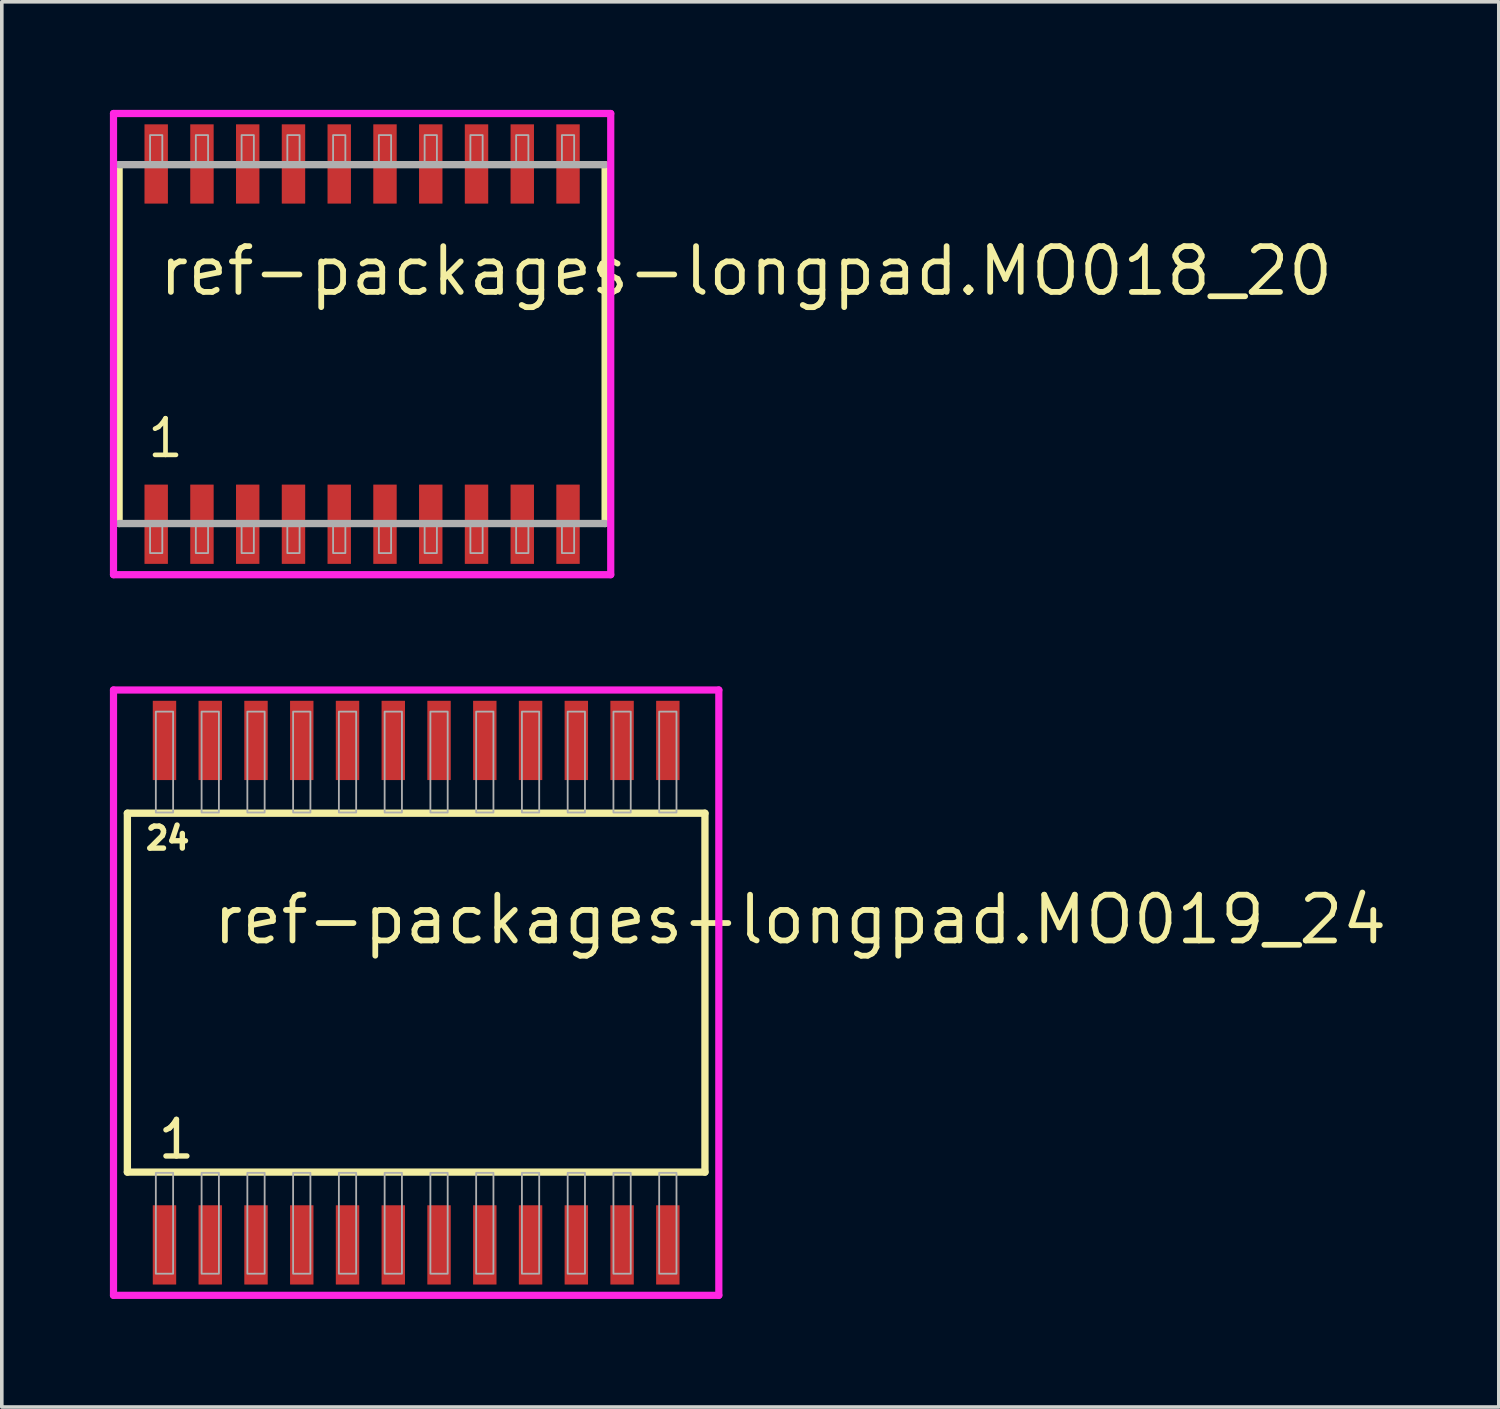
<source format=kicad_pcb>
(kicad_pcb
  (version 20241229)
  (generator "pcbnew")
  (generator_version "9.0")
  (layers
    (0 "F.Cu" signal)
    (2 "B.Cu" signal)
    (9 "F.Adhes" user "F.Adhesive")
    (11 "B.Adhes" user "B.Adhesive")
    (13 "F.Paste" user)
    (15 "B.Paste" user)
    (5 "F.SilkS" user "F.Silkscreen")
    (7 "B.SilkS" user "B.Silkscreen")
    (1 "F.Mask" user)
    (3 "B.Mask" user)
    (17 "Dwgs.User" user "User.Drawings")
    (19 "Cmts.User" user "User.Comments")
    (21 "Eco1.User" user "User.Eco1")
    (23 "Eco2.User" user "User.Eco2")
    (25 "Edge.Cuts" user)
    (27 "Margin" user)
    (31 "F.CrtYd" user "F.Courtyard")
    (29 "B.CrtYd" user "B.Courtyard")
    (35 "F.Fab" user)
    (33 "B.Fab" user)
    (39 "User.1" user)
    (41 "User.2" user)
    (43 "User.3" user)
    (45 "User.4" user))
  (footprint "ref-packages-longpad.MO018_20"
    (layer "F.Cu")
    (at 7 6.5)
    (property "Reference" "ref-packages-longpad.MO018_20" (at -5.715 -1.285 0) (layer "F.SilkS") (effects (font (size 1.27 1.27) (thickness 0.16)) (justify left bottom)))
    (attr smd)
    (fp_line (start -6.745 4.98) (end -6.745 -4.98) (stroke (width 0.203) (type default)) (layer "F.SilkS"))
    (fp_line (start 6.745 -4.98) (end 6.745 4.98) (stroke (width 0.203) (type default)) (layer "F.SilkS"))
    (fp_line (start -6.9 -6.4) (end 6.9 -6.4) (stroke (width 0.2) (type default)) (layer "F.CrtYd"))
    (fp_line (start -6.9 6.4) (end -6.9 -6.4) (stroke (width 0.2) (type default)) (layer "F.CrtYd"))
    (fp_line (start 6.9 -6.4) (end 6.9 6.4) (stroke (width 0.2) (type default)) (layer "F.CrtYd"))
    (fp_line (start 6.9 6.4) (end -6.9 6.4) (stroke (width 0.2) (type default)) (layer "F.CrtYd"))
    (fp_line (start -6.745 -4.98) (end 6.745 -4.98) (stroke (width 0.203) (type default)) (layer "F.Fab"))
    (fp_line (start 6.745 4.98) (end -6.745 4.98) (stroke (width 0.203) (type default)) (layer "F.Fab"))
    (fp_rect (start -5.885 -4.98) (end -5.545 -5.8) (stroke (width 0.05) (type default)) (fill no) (layer "F.Fab"))
    (fp_rect (start -5.885 5.8) (end -5.545 4.98) (stroke (width 0.05) (type default)) (fill no) (layer "F.Fab"))
    (fp_rect (start -4.615 -4.98) (end -4.275 -5.8) (stroke (width 0.05) (type default)) (fill no) (layer "F.Fab"))
    (fp_rect (start -4.615 5.8) (end -4.275 4.98) (stroke (width 0.05) (type default)) (fill no) (layer "F.Fab"))
    (fp_rect (start -3.345 -4.98) (end -3.005 -5.8) (stroke (width 0.05) (type default)) (fill no) (layer "F.Fab"))
    (fp_rect (start -3.345 5.8) (end -3.005 4.98) (stroke (width 0.05) (type default)) (fill no) (layer "F.Fab"))
    (fp_rect (start -2.075 -4.98) (end -1.735 -5.8) (stroke (width 0.05) (type default)) (fill no) (layer "F.Fab"))
    (fp_rect (start -2.075 5.8) (end -1.735 4.98) (stroke (width 0.05) (type default)) (fill no) (layer "F.Fab"))
    (fp_rect (start -0.805 -4.98) (end -0.465 -5.8) (stroke (width 0.05) (type default)) (fill no) (layer "F.Fab"))
    (fp_rect (start -0.805 5.8) (end -0.465 4.98) (stroke (width 0.05) (type default)) (fill no) (layer "F.Fab"))
    (fp_rect (start 0.465 -4.98) (end 0.805 -5.8) (stroke (width 0.05) (type default)) (fill no) (layer "F.Fab"))
    (fp_rect (start 0.465 5.8) (end 0.805 4.98) (stroke (width 0.05) (type default)) (fill no) (layer "F.Fab"))
    (fp_rect (start 1.735 -4.98) (end 2.075 -5.8) (stroke (width 0.05) (type default)) (fill no) (layer "F.Fab"))
    (fp_rect (start 1.735 5.8) (end 2.075 4.98) (stroke (width 0.05) (type default)) (fill no) (layer "F.Fab"))
    (fp_rect (start 3.005 -4.98) (end 3.345 -5.8) (stroke (width 0.05) (type default)) (fill no) (layer "F.Fab"))
    (fp_rect (start 3.005 5.8) (end 3.345 4.98) (stroke (width 0.05) (type default)) (fill no) (layer "F.Fab"))
    (fp_rect (start 4.275 -4.98) (end 4.615 -5.8) (stroke (width 0.05) (type default)) (fill no) (layer "F.Fab"))
    (fp_rect (start 4.275 5.8) (end 4.615 4.98) (stroke (width 0.05) (type default)) (fill no) (layer "F.Fab"))
    (fp_rect (start 5.545 -4.98) (end 5.885 -5.8) (stroke (width 0.05) (type default)) (fill no) (layer "F.Fab"))
    (fp_rect (start 5.545 5.8) (end 5.885 4.98) (stroke (width 0.05) (type default)) (fill no) (layer "F.Fab"))
    (fp_text user "1" (at -6.026 3.205 0) (layer "F.SilkS") (effects (font (size 1.016 1.016) (thickness 0.13)) (justify left bottom)))
    (pad "1" smd roundrect (at -5.715 5) (size 0.65 2.2) (layers "F.Cu" "F.Mask" "F.Paste") (roundrect_rratio 0.01))
    (pad "2" smd roundrect (at -4.445 5) (size 0.65 2.2) (layers "F.Cu" "F.Mask" "F.Paste") (roundrect_rratio 0.01))
    (pad "3" smd roundrect (at -3.175 5) (size 0.65 2.2) (layers "F.Cu" "F.Mask" "F.Paste") (roundrect_rratio 0.01))
    (pad "4" smd roundrect (at -1.905 5) (size 0.65 2.2) (layers "F.Cu" "F.Mask" "F.Paste") (roundrect_rratio 0.01))
    (pad "5" smd roundrect (at -0.635 5) (size 0.65 2.2) (layers "F.Cu" "F.Mask" "F.Paste") (roundrect_rratio 0.01))
    (pad "6" smd roundrect (at 0.635 5) (size 0.65 2.2) (layers "F.Cu" "F.Mask" "F.Paste") (roundrect_rratio 0.01))
    (pad "7" smd roundrect (at 1.905 5) (size 0.65 2.2) (layers "F.Cu" "F.Mask" "F.Paste") (roundrect_rratio 0.01))
    (pad "8" smd roundrect (at 3.175 5) (size 0.65 2.2) (layers "F.Cu" "F.Mask" "F.Paste") (roundrect_rratio 0.01))
    (pad "9" smd roundrect (at 4.445 5) (size 0.65 2.2) (layers "F.Cu" "F.Mask" "F.Paste") (roundrect_rratio 0.01))
    (pad "10" smd roundrect (at 5.715 5) (size 0.65 2.2) (layers "F.Cu" "F.Mask" "F.Paste") (roundrect_rratio 0.01))
    (pad "11" smd roundrect (at 5.715 -5) (size 0.65 2.2) (layers "F.Cu" "F.Mask" "F.Paste") (roundrect_rratio 0.01))
    (pad "12" smd roundrect (at 4.445 -5) (size 0.65 2.2) (layers "F.Cu" "F.Mask" "F.Paste") (roundrect_rratio 0.01))
    (pad "13" smd roundrect (at 3.175 -5) (size 0.65 2.2) (layers "F.Cu" "F.Mask" "F.Paste") (roundrect_rratio 0.01))
    (pad "14" smd roundrect (at 1.905 -5) (size 0.65 2.2) (layers "F.Cu" "F.Mask" "F.Paste") (roundrect_rratio 0.01))
    (pad "15" smd roundrect (at 0.635 -5) (size 0.65 2.2) (layers "F.Cu" "F.Mask" "F.Paste") (roundrect_rratio 0.01))
    (pad "16" smd roundrect (at -0.635 -5) (size 0.65 2.2) (layers "F.Cu" "F.Mask" "F.Paste") (roundrect_rratio 0.01))
    (pad "17" smd roundrect (at -1.905 -5) (size 0.65 2.2) (layers "F.Cu" "F.Mask" "F.Paste") (roundrect_rratio 0.01))
    (pad "18" smd roundrect (at -3.175 -5) (size 0.65 2.2) (layers "F.Cu" "F.Mask" "F.Paste") (roundrect_rratio 0.01))
    (pad "19" smd roundrect (at -4.445 -5) (size 0.65 2.2) (layers "F.Cu" "F.Mask" "F.Paste") (roundrect_rratio 0.01))
    (pad "20" smd roundrect (at -5.715 -5) (size 0.65 2.2) (layers "F.Cu" "F.Mask" "F.Paste") (roundrect_rratio 0.01)))
  (footprint "ref-packages-longpad.MO019_24"
    (layer "F.Cu")
    (at 8.5 24.5)
    (property "Reference" "ref-packages-longpad.MO019_24" (at -5.715 -1.285 0) (layer "F.SilkS") (effects (font (size 1.27 1.27) (thickness 0.16)) (justify left bottom)))
    (attr smd)
    (fp_line (start -8.015 -4.98) (end 8.015 -4.98) (stroke (width 0.203) (type default)) (layer "F.SilkS"))
    (fp_line (start -8.015 4.98) (end -8.015 -4.98) (stroke (width 0.203) (type default)) (layer "F.SilkS"))
    (fp_line (start 8.015 -4.98) (end 8.015 4.98) (stroke (width 0.203) (type default)) (layer "F.SilkS"))
    (fp_line (start 8.015 4.98) (end -8.015 4.98) (stroke (width 0.203) (type default)) (layer "F.SilkS"))
    (fp_line (start -8.4 -8.4) (end 8.4 -8.4) (stroke (width 0.2) (type default)) (layer "F.CrtYd"))
    (fp_line (start -8.4 8.4) (end -8.4 -8.4) (stroke (width 0.2) (type default)) (layer "F.CrtYd"))
    (fp_line (start 8.4 -8.4) (end 8.4 8.4) (stroke (width 0.2) (type default)) (layer "F.CrtYd"))
    (fp_line (start 8.4 8.4) (end -8.4 8.4) (stroke (width 0.2) (type default)) (layer "F.CrtYd"))
    (fp_rect (start -7.225 -5) (end -6.745 -7.8) (stroke (width 0.05) (type default)) (fill no) (layer "F.Fab"))
    (fp_rect (start -7.225 7.8) (end -6.745 5) (stroke (width 0.05) (type default)) (fill no) (layer "F.Fab"))
    (fp_rect (start -5.955 -5) (end -5.475 -7.8) (stroke (width 0.05) (type default)) (fill no) (layer "F.Fab"))
    (fp_rect (start -5.955 7.8) (end -5.475 5) (stroke (width 0.05) (type default)) (fill no) (layer "F.Fab"))
    (fp_rect (start -4.685 -5) (end -4.205 -7.8) (stroke (width 0.05) (type default)) (fill no) (layer "F.Fab"))
    (fp_rect (start -4.685 7.8) (end -4.205 5) (stroke (width 0.05) (type default)) (fill no) (layer "F.Fab"))
    (fp_rect (start -3.415 -5) (end -2.935 -7.8) (stroke (width 0.05) (type default)) (fill no) (layer "F.Fab"))
    (fp_rect (start -3.415 7.8) (end -2.935 5) (stroke (width 0.05) (type default)) (fill no) (layer "F.Fab"))
    (fp_rect (start -2.145 -5) (end -1.665 -7.8) (stroke (width 0.05) (type default)) (fill no) (layer "F.Fab"))
    (fp_rect (start -2.145 7.8) (end -1.665 5) (stroke (width 0.05) (type default)) (fill no) (layer "F.Fab"))
    (fp_rect (start -0.875 -5) (end -0.395 -7.8) (stroke (width 0.05) (type default)) (fill no) (layer "F.Fab"))
    (fp_rect (start -0.875 7.8) (end -0.395 5) (stroke (width 0.05) (type default)) (fill no) (layer "F.Fab"))
    (fp_rect (start 0.395 -5) (end 0.875 -7.8) (stroke (width 0.05) (type default)) (fill no) (layer "F.Fab"))
    (fp_rect (start 0.395 7.8) (end 0.875 5) (stroke (width 0.05) (type default)) (fill no) (layer "F.Fab"))
    (fp_rect (start 1.665 -5) (end 2.145 -7.8) (stroke (width 0.05) (type default)) (fill no) (layer "F.Fab"))
    (fp_rect (start 1.665 7.8) (end 2.145 5) (stroke (width 0.05) (type default)) (fill no) (layer "F.Fab"))
    (fp_rect (start 2.935 -5) (end 3.415 -7.8) (stroke (width 0.05) (type default)) (fill no) (layer "F.Fab"))
    (fp_rect (start 2.935 7.8) (end 3.415 5) (stroke (width 0.05) (type default)) (fill no) (layer "F.Fab"))
    (fp_rect (start 4.205 -5) (end 4.685 -7.8) (stroke (width 0.05) (type default)) (fill no) (layer "F.Fab"))
    (fp_rect (start 4.205 7.8) (end 4.685 5) (stroke (width 0.05) (type default)) (fill no) (layer "F.Fab"))
    (fp_rect (start 5.475 -5) (end 5.955 -7.8) (stroke (width 0.05) (type default)) (fill no) (layer "F.Fab"))
    (fp_rect (start 5.475 7.8) (end 5.955 5) (stroke (width 0.05) (type default)) (fill no) (layer "F.Fab"))
    (fp_rect (start 6.745 -5) (end 7.225 -7.8) (stroke (width 0.05) (type default)) (fill no) (layer "F.Fab"))
    (fp_rect (start 6.745 7.8) (end 7.225 5) (stroke (width 0.05) (type default)) (fill no) (layer "F.Fab"))
    (fp_text user "24" (at -7.576 -3.93 0) (layer "F.SilkS") (effects (font (size 0.61 0.61) (thickness 0.15)) (justify left bottom)))
    (fp_text user "1" (at -7.236 4.665 0) (layer "F.SilkS") (effects (font (size 1.016 1.016) (thickness 0.15)) (justify left bottom)))
    (pad "1" smd roundrect (at -6.985 7) (size 0.65 2.2) (layers "F.Cu" "F.Mask" "F.Paste") (roundrect_rratio 0.01))
    (pad "2" smd roundrect (at -5.715 7) (size 0.65 2.2) (layers "F.Cu" "F.Mask" "F.Paste") (roundrect_rratio 0.01))
    (pad "3" smd roundrect (at -4.445 7) (size 0.65 2.2) (layers "F.Cu" "F.Mask" "F.Paste") (roundrect_rratio 0.01))
    (pad "4" smd roundrect (at -3.175 7) (size 0.65 2.2) (layers "F.Cu" "F.Mask" "F.Paste") (roundrect_rratio 0.01))
    (pad "5" smd roundrect (at -1.905 7) (size 0.65 2.2) (layers "F.Cu" "F.Mask" "F.Paste") (roundrect_rratio 0.01))
    (pad "6" smd roundrect (at -0.635 7) (size 0.65 2.2) (layers "F.Cu" "F.Mask" "F.Paste") (roundrect_rratio 0.01))
    (pad "7" smd roundrect (at 0.635 7) (size 0.65 2.2) (layers "F.Cu" "F.Mask" "F.Paste") (roundrect_rratio 0.01))
    (pad "8" smd roundrect (at 1.905 7) (size 0.65 2.2) (layers "F.Cu" "F.Mask" "F.Paste") (roundrect_rratio 0.01))
    (pad "9" smd roundrect (at 3.175 7) (size 0.65 2.2) (layers "F.Cu" "F.Mask" "F.Paste") (roundrect_rratio 0.01))
    (pad "10" smd roundrect (at 4.445 7) (size 0.65 2.2) (layers "F.Cu" "F.Mask" "F.Paste") (roundrect_rratio 0.01))
    (pad "11" smd roundrect (at 5.715 7) (size 0.65 2.2) (layers "F.Cu" "F.Mask" "F.Paste") (roundrect_rratio 0.01))
    (pad "12" smd roundrect (at 6.985 7) (size 0.65 2.2) (layers "F.Cu" "F.Mask" "F.Paste") (roundrect_rratio 0.01))
    (pad "13" smd roundrect (at 6.985 -7) (size 0.65 2.2) (layers "F.Cu" "F.Mask" "F.Paste") (roundrect_rratio 0.01))
    (pad "14" smd roundrect (at 5.715 -7) (size 0.65 2.2) (layers "F.Cu" "F.Mask" "F.Paste") (roundrect_rratio 0.01))
    (pad "15" smd roundrect (at 4.445 -7) (size 0.65 2.2) (layers "F.Cu" "F.Mask" "F.Paste") (roundrect_rratio 0.01))
    (pad "16" smd roundrect (at 3.175 -7) (size 0.65 2.2) (layers "F.Cu" "F.Mask" "F.Paste") (roundrect_rratio 0.01))
    (pad "17" smd roundrect (at 1.905 -7) (size 0.65 2.2) (layers "F.Cu" "F.Mask" "F.Paste") (roundrect_rratio 0.01))
    (pad "18" smd roundrect (at 0.635 -7) (size 0.65 2.2) (layers "F.Cu" "F.Mask" "F.Paste") (roundrect_rratio 0.01))
    (pad "19" smd roundrect (at -0.635 -7) (size 0.65 2.2) (layers "F.Cu" "F.Mask" "F.Paste") (roundrect_rratio 0.01))
    (pad "20" smd roundrect (at -1.905 -7) (size 0.65 2.2) (layers "F.Cu" "F.Mask" "F.Paste") (roundrect_rratio 0.01))
    (pad "21" smd roundrect (at -3.175 -7) (size 0.65 2.2) (layers "F.Cu" "F.Mask" "F.Paste") (roundrect_rratio 0.01))
    (pad "22" smd roundrect (at -4.445 -7) (size 0.65 2.2) (layers "F.Cu" "F.Mask" "F.Paste") (roundrect_rratio 0.01))
    (pad "23" smd roundrect (at -5.715 -7) (size 0.65 2.2) (layers "F.Cu" "F.Mask" "F.Paste") (roundrect_rratio 0.01))
    (pad "24" smd roundrect (at -6.985 -7) (size 0.65 2.2) (layers "F.Cu" "F.Mask" "F.Paste") (roundrect_rratio 0.01)))
  (gr_rect
    (start -3 -3)
    (end 38.547 36)
    (stroke (width 0.1) (type default))
    (fill no)
    (layer "Edge.Cuts")))
</source>
